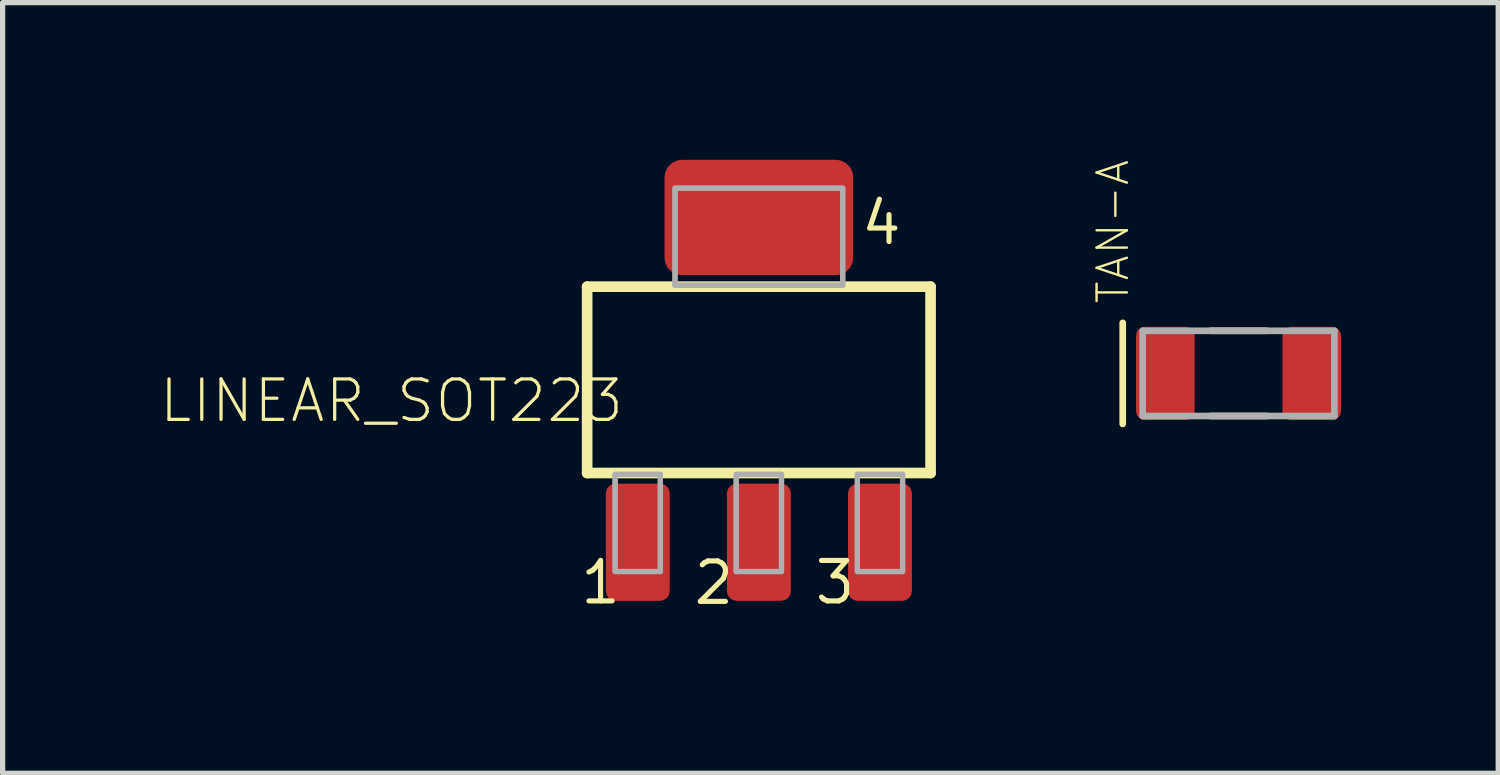
<source format=kicad_pcb>
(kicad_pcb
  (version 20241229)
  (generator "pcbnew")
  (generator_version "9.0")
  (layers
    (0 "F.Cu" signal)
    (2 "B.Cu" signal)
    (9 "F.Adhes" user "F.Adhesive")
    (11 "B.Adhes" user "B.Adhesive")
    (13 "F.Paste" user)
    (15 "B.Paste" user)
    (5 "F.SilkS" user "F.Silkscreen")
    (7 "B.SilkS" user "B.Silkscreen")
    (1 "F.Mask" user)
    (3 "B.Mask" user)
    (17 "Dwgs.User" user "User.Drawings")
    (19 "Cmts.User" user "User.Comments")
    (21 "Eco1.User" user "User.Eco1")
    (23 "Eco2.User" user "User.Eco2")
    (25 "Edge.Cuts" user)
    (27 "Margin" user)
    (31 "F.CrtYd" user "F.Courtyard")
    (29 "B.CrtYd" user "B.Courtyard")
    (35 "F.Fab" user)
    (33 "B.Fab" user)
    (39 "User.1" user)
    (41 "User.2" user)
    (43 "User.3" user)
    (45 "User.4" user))
  (footprint "LINEAR_SOT223"
    (layer "F.Cu")
    (at 11.432 4.199)
    (property "Reference" "LINEAR_SOT223" (at -2.54 -0.051 180) (layer "F.SilkS") (effects (font (size 0.772 0.772) (thickness 0.062)) (justify right top)))
    (attr through_hole)
    (fp_line (start -3.277 -1.778) (end 3.277 -1.778) (stroke (width 0.203) (type solid)) (layer "F.SilkS"))
    (fp_line (start -3.277 1.778) (end -3.277 -1.778) (stroke (width 0.203) (type solid)) (layer "F.SilkS"))
    (fp_line (start 3.277 -1.778) (end 3.277 1.778) (stroke (width 0.203) (type solid)) (layer "F.SilkS"))
    (fp_line (start 3.277 1.778) (end -3.277 1.778) (stroke (width 0.203) (type solid)) (layer "F.SilkS"))
    (fp_poly (pts (xy -2.743 3.658) (xy -1.88 3.658) (xy -1.88 1.803) (xy -2.743 1.803)) (stroke (width 0.1) (type solid)) (fill no) (layer "F.Fab"))
    (fp_poly (pts (xy -2.743 3.658) (xy -1.88 3.658) (xy -1.88 1.803) (xy -2.743 1.803)) (stroke (width 0.1) (type solid)) (fill no) (layer "F.Fab"))
    (fp_poly (pts (xy -1.6 -1.803) (xy 1.6 -1.803) (xy 1.6 -3.658) (xy -1.6 -3.658)) (stroke (width 0.1) (type solid)) (fill no) (layer "F.Fab"))
    (fp_poly (pts (xy -1.6 -1.803) (xy 1.6 -1.803) (xy 1.6 -3.658) (xy -1.6 -3.658)) (stroke (width 0.1) (type solid)) (fill no) (layer "F.Fab"))
    (fp_poly (pts (xy -0.432 3.658) (xy 0.432 3.658) (xy 0.432 1.803) (xy -0.432 1.803)) (stroke (width 0.1) (type solid)) (fill no) (layer "F.Fab"))
    (fp_poly (pts (xy -0.432 3.658) (xy 0.432 3.658) (xy 0.432 1.803) (xy -0.432 1.803)) (stroke (width 0.1) (type solid)) (fill no) (layer "F.Fab"))
    (fp_poly (pts (xy 1.88 3.658) (xy 2.743 3.658) (xy 2.743 1.803) (xy 1.88 1.803)) (stroke (width 0.1) (type solid)) (fill no) (layer "F.Fab"))
    (fp_poly (pts (xy 1.88 3.658) (xy 2.743 3.658) (xy 2.743 1.803) (xy 1.88 1.803)) (stroke (width 0.1) (type solid)) (fill no) (layer "F.Fab"))
    (fp_text user "3" (at 1.021 4.318 0) (layer "F.SilkS") (effects (font (size 0.772 0.772) (thickness 0.098)) (justify left bottom)))
    (fp_text user "2" (at -1.291 4.327 0) (layer "F.SilkS") (effects (font (size 0.772 0.772) (thickness 0.098)) (justify left bottom)))
    (fp_text user "4" (at 1.905 -2.54 0) (layer "F.SilkS") (effects (font (size 0.772 0.772) (thickness 0.098)) (justify left bottom)))
    (fp_text user "1" (at -3.453 4.318 0) (layer "F.SilkS") (effects (font (size 0.772 0.772) (thickness 0.098)) (justify left bottom)))
    (pad "1" smd roundrect (at -2.311 3.099) (size 1.219 2.235) (layers "F.Cu" "F.Mask" "F.Paste") (roundrect_rratio 0.15))
    (pad "2" smd roundrect (at 0 3.099) (size 1.219 2.235) (layers "F.Cu" "F.Mask" "F.Paste") (roundrect_rratio 0.15))
    (pad "3" smd roundrect (at 2.311 3.099) (size 1.219 2.235) (layers "F.Cu" "F.Mask" "F.Paste") (roundrect_rratio 0.15))
    (pad "4" smd roundrect (at 0 -3.099) (size 3.6 2.2) (layers "F.Cu" "F.Mask" "F.Paste") (roundrect_rratio 0.15)))
  (footprint "TAN-A"
    (layer "F.Cu")
    (at 19.189 4.076)
    (property "Reference" "TAN-A" (at -0.66 -1.295 270) (layer "F.SilkS") (effects (font (size 0.579 0.579) (thickness 0.046)) (justify left bottom)))
    (attr through_hole)
    (fp_line (start -0.813 -0.965) (end -0.813 0.965) (stroke (width 0.127) (type solid)) (layer "F.SilkS"))
    (fp_line (start 0.864 -0.813) (end 1.93 -0.813) (stroke (width 0.127) (type solid)) (layer "F.SilkS"))
    (fp_line (start 0.864 0.813) (end 1.93 0.813) (stroke (width 0.127) (type solid)) (layer "F.SilkS"))
    (fp_line (start -0.432 -0.813) (end 3.226 -0.813) (stroke (width 0.127) (type solid)) (layer "F.Fab"))
    (fp_line (start -0.432 0.813) (end -0.432 -0.813) (stroke (width 0.127) (type solid)) (layer "F.Fab"))
    (fp_line (start 3.226 -0.813) (end 3.226 0.813) (stroke (width 0.127) (type solid)) (layer "F.Fab"))
    (fp_line (start 3.226 0.813) (end -0.432 0.813) (stroke (width 0.127) (type solid)) (layer "F.Fab"))
    (pad "1" smd roundrect (at 0 0) (size 1.118 1.778) (layers "F.Cu" "F.Mask" "F.Paste") (roundrect_rratio 0.15))
    (pad "2" smd roundrect (at 2.794 0) (size 1.118 1.778) (layers "F.Cu" "F.Mask" "F.Paste") (roundrect_rratio 0.15)))
  (gr_rect
    (start -3 -3)
    (end 25.542 11.707)
    (stroke (width 0.1) (type default))
    (fill no)
    (layer "Edge.Cuts")))
</source>
